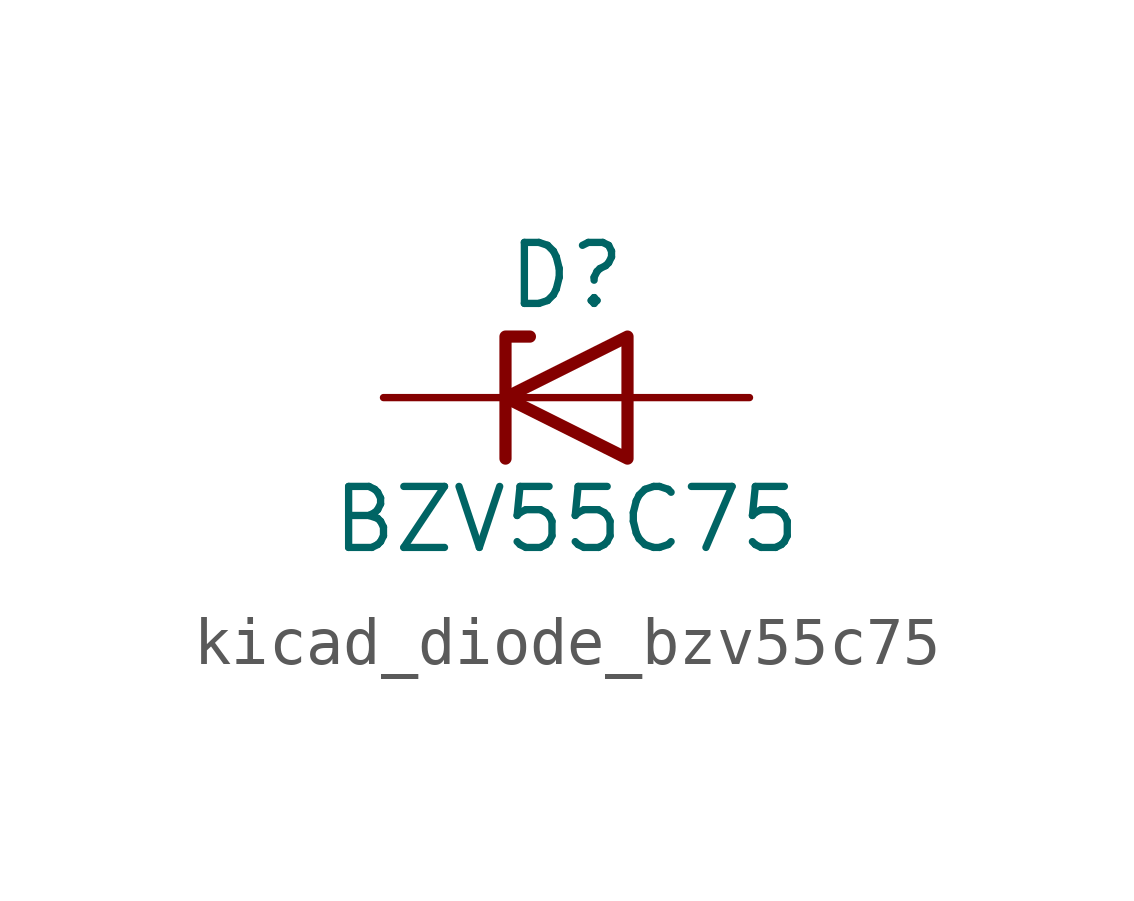
<source format=kicad_sym>
(kicad_symbol_lib
  (version 20220914)
  (generator kicad_symbol_editor)
  (symbol "kicad_diode_bzv55c75"
    (pin_numbers hide)
    (pin_names hide)
    (property "Reference" "D"
      (at 0 2.54 0)
      (effects (font (size 1.27 1.27))))
    (property "Value" "BZV55C75"
      (at 0 -2.54 0)
      (effects (font (size 1.27 1.27))))
    (symbol "kicad_diode_bzv55c75_0_1"
      (polyline (pts (xy 1.27 0) (xy -1.27 0)) (stroke (width 0) (type default)) (fill (type none)))
      (polyline (pts (xy -1.27 -1.27) (xy -1.27 1.27) (xy -0.762 1.27)) (stroke (width 0.254) (type default)) (fill (type none)))
      (polyline (pts (xy 1.27 -1.27) (xy 1.27 1.27) (xy -1.27 0) (xy 1.27 -1.27)) (stroke (width 0.254) (type default)) (fill (type none))))
    (symbol "kicad_diode_bzv55c75_1_1"
      (pin passive line (at -3.81 0 0) (length 2.54) (name "K" (effects (font (size 1.27 1.27)))) (number "1" (effects (font (size 1.27 1.27)))))
      (pin passive line (at 3.81 0 180) (length 2.54) (name "A" (effects (font (size 1.27 1.27)))) (number "2" (effects (font (size 1.27 1.27))))))))
</source>
